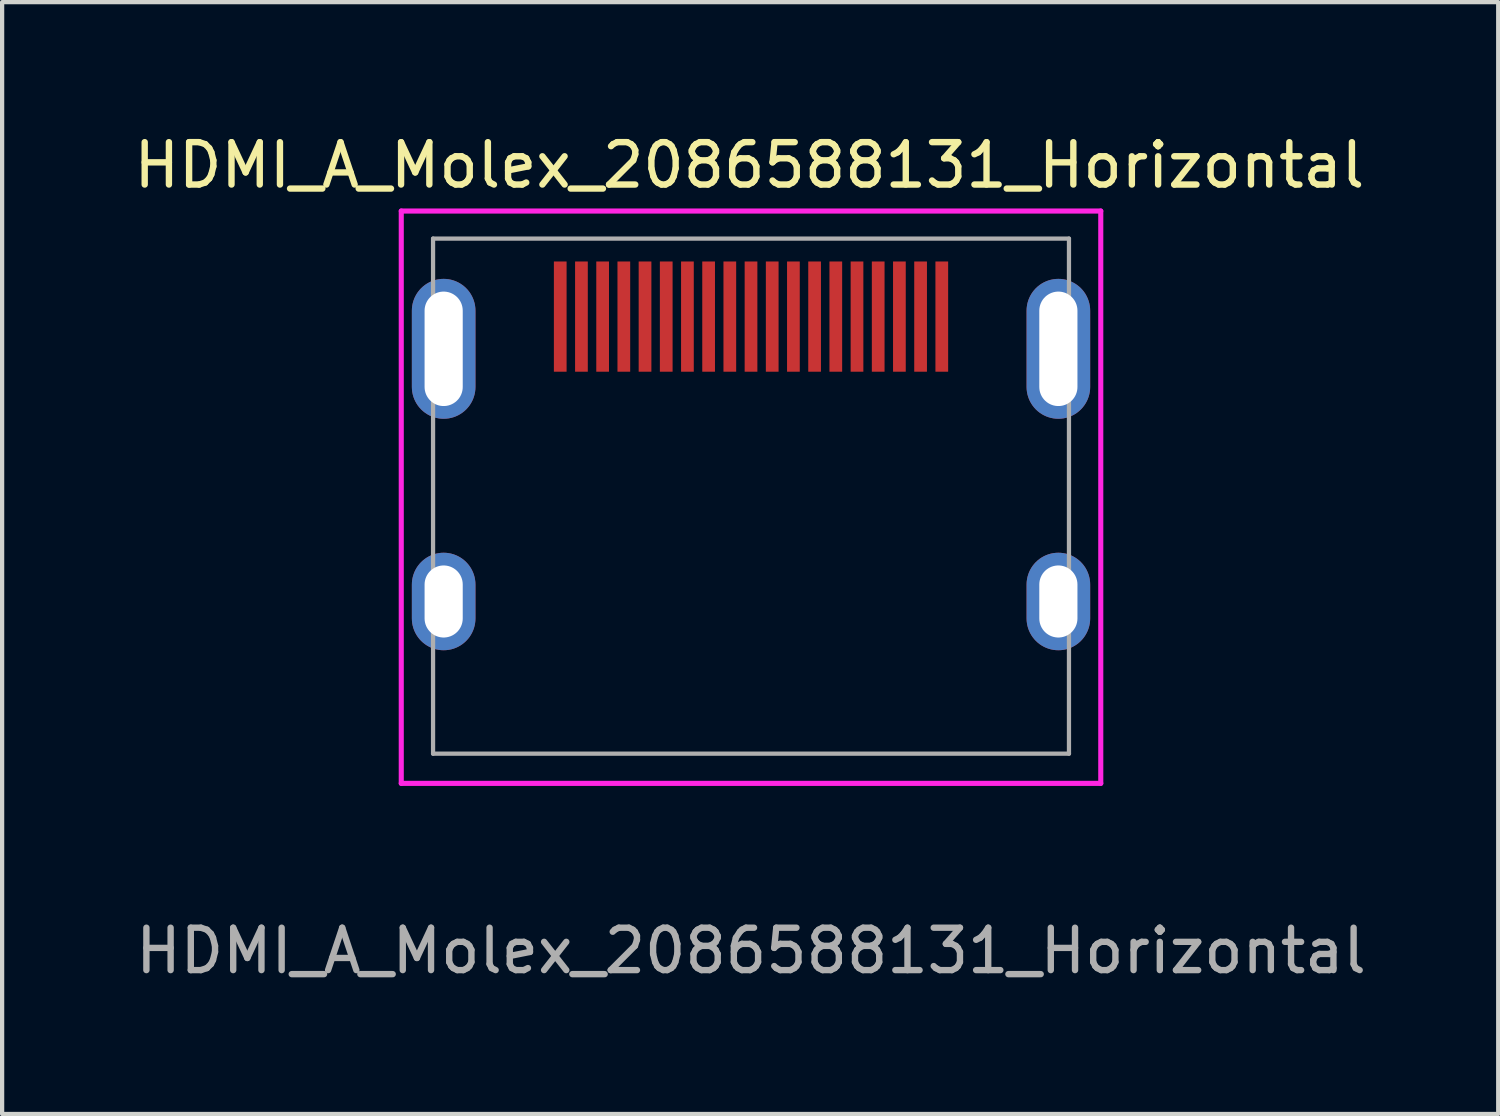
<source format=kicad_pcb>
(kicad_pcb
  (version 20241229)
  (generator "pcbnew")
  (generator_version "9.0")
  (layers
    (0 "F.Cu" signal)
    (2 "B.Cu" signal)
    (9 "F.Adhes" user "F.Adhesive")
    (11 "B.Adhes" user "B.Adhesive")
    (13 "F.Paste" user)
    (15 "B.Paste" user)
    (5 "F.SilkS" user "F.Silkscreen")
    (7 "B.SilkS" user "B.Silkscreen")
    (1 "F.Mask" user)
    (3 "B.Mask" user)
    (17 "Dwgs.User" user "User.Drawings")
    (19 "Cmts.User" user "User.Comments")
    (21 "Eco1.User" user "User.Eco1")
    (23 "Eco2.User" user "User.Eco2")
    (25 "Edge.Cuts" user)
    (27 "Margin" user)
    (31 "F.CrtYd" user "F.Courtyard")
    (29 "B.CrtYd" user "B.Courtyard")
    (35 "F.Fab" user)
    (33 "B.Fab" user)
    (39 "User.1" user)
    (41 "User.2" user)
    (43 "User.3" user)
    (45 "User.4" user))
  (footprint "HDMI_A_Molex_2086588131_Horizontal"
    (layer "F.Cu")
    (at 14.665 5.178)
    (property "Reference" "HDMI_A_Molex_2086588131_Horizontal" (at -0.04 -4.33 0) (unlocked yes) (layer "F.SilkS") (effects (font (size 1 1) (thickness 0.15))))
    (fp_line (start -8.25 -3.25) (end -8.25 10.25) (stroke (width 0.12) (type solid)) (layer "F.CrtYd"))
    (fp_line (start -8.25 10.25) (end 8.25 10.25) (stroke (width 0.12) (type solid)) (layer "F.CrtYd"))
    (fp_line (start 8.25 -3.25) (end -8.25 -3.25) (stroke (width 0.12) (type solid)) (layer "F.CrtYd"))
    (fp_line (start 8.25 10.25) (end 8.25 -3.25) (stroke (width 0.12) (type solid)) (layer "F.CrtYd"))
    (fp_line (start -7.5 -2.6) (end -7.5 9.55) (stroke (width 0.1) (type solid)) (layer "F.Fab"))
    (fp_line (start -7.5 9.55) (end 7.5 9.55) (stroke (width 0.1) (type solid)) (layer "F.Fab"))
    (fp_line (start 7.5 -2.6) (end -7.5 -2.6) (stroke (width 0.1) (type solid)) (layer "F.Fab"))
    (fp_line (start 7.5 9.55) (end 7.5 -2.6) (stroke (width 0.1) (type solid)) (layer "F.Fab"))
    (fp_text user "${REFERENCE}" (at 0 14.2 0) (unlocked yes) (layer "F.Fab") (effects (font (size 1 1) (thickness 0.15))))
    (pad "1" smd rect (at 4.5 -0.76) (size 0.3 2.6) (layers "F.Cu" "F.Mask" "F.Paste"))
    (pad "2" smd rect (at 4 -0.76) (size 0.3 2.6) (layers "F.Cu" "F.Mask" "F.Paste"))
    (pad "3" smd rect (at 3.5 -0.76) (size 0.3 2.6) (layers "F.Cu" "F.Mask" "F.Paste"))
    (pad "4" smd rect (at 3 -0.76) (size 0.3 2.6) (layers "F.Cu" "F.Mask" "F.Paste"))
    (pad "5" smd rect (at 2.5 -0.76) (size 0.3 2.6) (layers "F.Cu" "F.Mask" "F.Paste"))
    (pad "6" smd rect (at 2 -0.76) (size 0.3 2.6) (layers "F.Cu" "F.Mask" "F.Paste"))
    (pad "7" smd rect (at 1.5 -0.76) (size 0.3 2.6) (layers "F.Cu" "F.Mask" "F.Paste"))
    (pad "8" smd rect (at 1 -0.76) (size 0.3 2.6) (layers "F.Cu" "F.Mask" "F.Paste"))
    (pad "9" smd rect (at 0.5 -0.76) (size 0.3 2.6) (layers "F.Cu" "F.Mask" "F.Paste"))
    (pad "10" smd rect (at 0 -0.76) (size 0.3 2.6) (layers "F.Cu" "F.Mask" "F.Paste"))
    (pad "11" smd rect (at -0.5 -0.76) (size 0.3 2.6) (layers "F.Cu" "F.Mask" "F.Paste"))
    (pad "12" smd rect (at -1 -0.76) (size 0.3 2.6) (layers "F.Cu" "F.Mask" "F.Paste"))
    (pad "13" smd rect (at -1.5 -0.76) (size 0.3 2.6) (layers "F.Cu" "F.Mask" "F.Paste"))
    (pad "14" smd rect (at -2 -0.76) (size 0.3 2.6) (layers "F.Cu" "F.Mask" "F.Paste"))
    (pad "15" smd rect (at -2.5 -0.76) (size 0.3 2.6) (layers "F.Cu" "F.Mask" "F.Paste"))
    (pad "16" smd rect (at -3 -0.76) (size 0.3 2.6) (layers "F.Cu" "F.Mask" "F.Paste"))
    (pad "17" smd rect (at -3.5 -0.76) (size 0.3 2.6) (layers "F.Cu" "F.Mask" "F.Paste"))
    (pad "18" smd rect (at -4 -0.76) (size 0.3 2.6) (layers "F.Cu" "F.Mask" "F.Paste"))
    (pad "19" smd rect (at -4.5 -0.76) (size 0.3 2.6) (layers "F.Cu" "F.Mask" "F.Paste"))
    (pad "SH" thru_hole oval (at -7.25 0) (size 1.5 3.3) (drill oval 0.9 2.7) (layers "*.Cu" "*.Mask"))
    (pad "SH" thru_hole oval (at -7.25 5.96) (size 1.5 2.3) (drill oval 0.9 1.7) (layers "*.Cu" "*.Mask"))
    (pad "SH" thru_hole oval (at 7.25 0) (size 1.5 3.3) (drill oval 0.9 2.7) (layers "*.Cu" "*.Mask"))
    (pad "SH" thru_hole oval (at 7.25 5.96) (size 1.5 2.3) (drill oval 0.9 1.7) (layers "*.Cu" "*.Mask")))
  (gr_rect
    (start -3 -3)
    (end 32.29 23.227)
    (stroke (width 0.1) (type default))
    (fill no)
    (layer "Edge.Cuts")))
</source>
